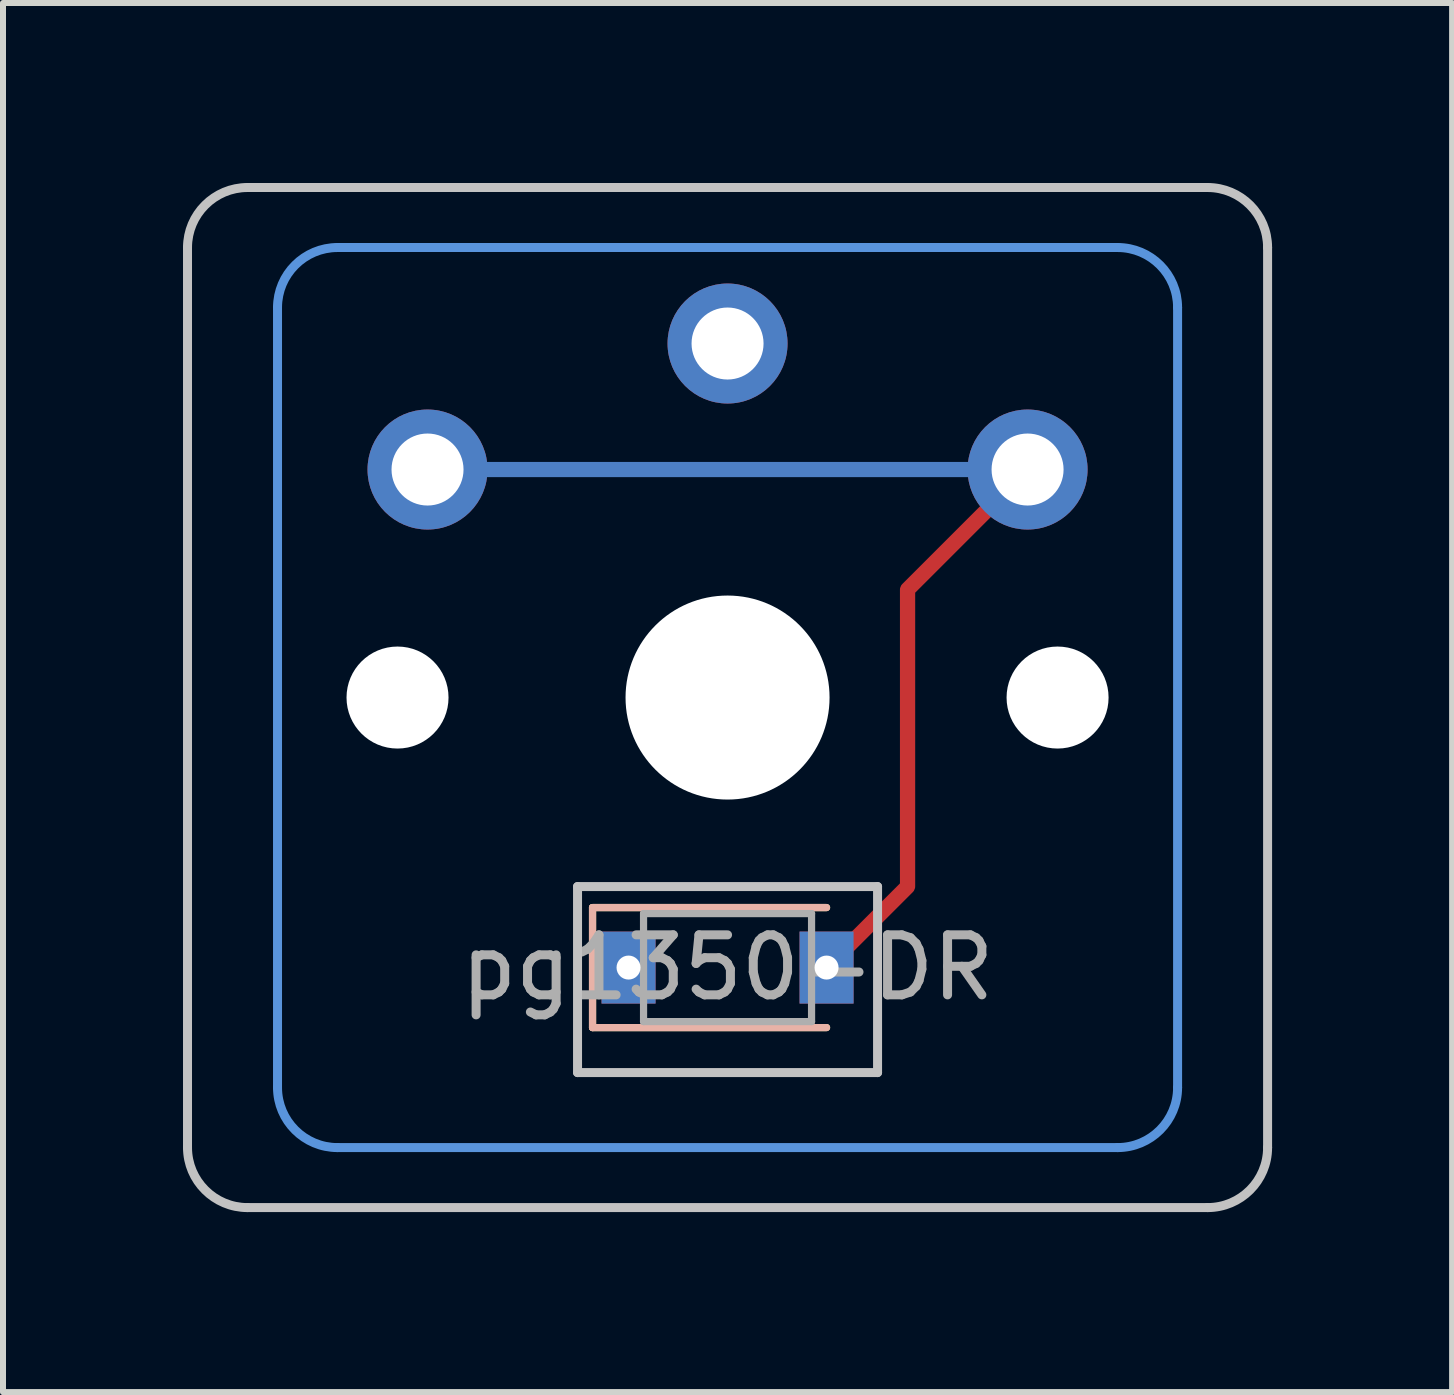
<source format=kicad_pcb>
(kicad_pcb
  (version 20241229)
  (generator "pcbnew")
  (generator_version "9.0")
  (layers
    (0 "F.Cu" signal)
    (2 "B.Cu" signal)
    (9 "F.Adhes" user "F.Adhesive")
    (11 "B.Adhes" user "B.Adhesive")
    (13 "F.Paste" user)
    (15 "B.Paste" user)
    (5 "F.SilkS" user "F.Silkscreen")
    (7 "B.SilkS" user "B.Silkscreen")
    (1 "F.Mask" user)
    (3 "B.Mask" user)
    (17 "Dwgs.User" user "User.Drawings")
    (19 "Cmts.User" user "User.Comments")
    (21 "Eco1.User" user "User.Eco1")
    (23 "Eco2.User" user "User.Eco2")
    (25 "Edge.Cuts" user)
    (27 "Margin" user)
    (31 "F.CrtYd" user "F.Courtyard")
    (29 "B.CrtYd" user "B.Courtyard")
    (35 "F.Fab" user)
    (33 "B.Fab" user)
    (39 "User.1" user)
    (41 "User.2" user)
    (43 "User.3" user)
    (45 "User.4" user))
  (footprint "pg1350-DR"
    (layer "F.Cu")
    (at 9.075 13.075)
    (property "Reference" "pg1350-DR" (at 0 0 0) (layer "F.Fab") (effects (font (size 1 1) (thickness 0.15))))
    (attr through_hole)
    (fp_line (start -2.25 -1) (end -2.25 1) (stroke (width 0.12) (type solid)) (layer "F.SilkS"))
    (fp_line (start -2.25 -1) (end 1.65 -1) (stroke (width 0.12) (type solid)) (layer "F.SilkS"))
    (fp_line (start -2.25 1) (end 1.65 1) (stroke (width 0.12) (type solid)) (layer "F.SilkS"))
    (fp_line (start -2.25 -1) (end -2.25 1) (stroke (width 0.12) (type solid)) (layer "B.SilkS"))
    (fp_line (start -2.25 -1) (end 1.65 -1) (stroke (width 0.12) (type solid)) (layer "B.SilkS"))
    (fp_line (start -2.25 1) (end 1.65 1) (stroke (width 0.12) (type solid)) (layer "B.SilkS"))
    (fp_line (start -9 3) (end -9 -12) (stroke (width 0.15) (type solid)) (layer "Dwgs.User"))
    (fp_line (start -8 -13) (end 8 -13) (stroke (width 0.15) (type solid)) (layer "Dwgs.User"))
    (fp_line (start -2.5 -1.35) (end -2.5 1.75) (stroke (width 0.15) (type solid)) (layer "Dwgs.User"))
    (fp_line (start -2.5 1.75) (end 2.5 1.75) (stroke (width 0.15) (type solid)) (layer "Dwgs.User"))
    (fp_line (start 2.5 -1.35) (end -2.5 -1.35) (stroke (width 0.15) (type solid)) (layer "Dwgs.User"))
    (fp_line (start 2.5 1.75) (end 2.5 -1.35) (stroke (width 0.15) (type solid)) (layer "Dwgs.User"))
    (fp_line (start 8 4) (end -8 4) (stroke (width 0.15) (type solid)) (layer "Dwgs.User"))
    (fp_line (start 9 -12) (end 9 3) (stroke (width 0.15) (type solid)) (layer "Dwgs.User"))
    (fp_arc (start -9 -12) (mid -8.707107 -12.707107) (end -8 -13) (stroke (width 0.15) (type solid)) (layer "Dwgs.User"))
    (fp_arc (start -8 4) (mid -8.707107 3.707107) (end -9 3) (stroke (width 0.15) (type solid)) (layer "Dwgs.User"))
    (fp_arc (start 8 -13) (mid 8.707107 -12.707107) (end 9 -12) (stroke (width 0.15) (type solid)) (layer "Dwgs.User"))
    (fp_arc (start 9 3) (mid 8.707107 3.707107) (end 8 4) (stroke (width 0.15) (type solid)) (layer "Dwgs.User"))
    (fp_line (start -7.5 2) (end -7.5 -11) (stroke (width 0.15) (type solid)) (layer "Cmts.User"))
    (fp_line (start -6.5 -12) (end 6.5 -12) (stroke (width 0.15) (type solid)) (layer "Cmts.User"))
    (fp_line (start 6.5 3) (end -6.5 3) (stroke (width 0.15) (type solid)) (layer "Cmts.User"))
    (fp_line (start 7.5 -11) (end 7.5 2) (stroke (width 0.15) (type solid)) (layer "Cmts.User"))
    (fp_arc (start -7.5 -11) (mid -7.207107 -11.707107) (end -6.5 -12) (stroke (width 0.15) (type solid)) (layer "Cmts.User"))
    (fp_arc (start -6.5 3) (mid -7.207107 2.707107) (end -7.5 2) (stroke (width 0.15) (type solid)) (layer "Cmts.User"))
    (fp_arc (start 6.5 -12) (mid 7.207107 -11.707107) (end 7.5 -11) (stroke (width 0.15) (type solid)) (layer "Cmts.User"))
    (fp_arc (start 7.5 2) (mid 7.207107 2.707107) (end 6.5 3) (stroke (width 0.15) (type solid)) (layer "Cmts.User"))
    (fp_line (start -1.4 -0.9) (end -1.4 0.9) (stroke (width 0.12) (type solid)) (layer "F.Fab"))
    (fp_line (start -1.4 0.9) (end 1.4 0.9) (stroke (width 0.12) (type solid)) (layer "F.Fab"))
    (fp_line (start 1.4 -0.9) (end -1.4 -0.9) (stroke (width 0.12) (type solid)) (layer "F.Fab"))
    (fp_line (start 1.4 0.9) (end 1.4 -0.9) (stroke (width 0.12) (type solid)) (layer "F.Fab"))
    (pad "" np_thru_hole circle (at -5.5 -4.5) (size 1.7 1.7) (drill 1.7) (layers "*.Cu" "*.Mask"))
    (pad "" np_thru_hole circle (at 0 -4.5) (size 3.4 3.4) (drill 3.4) (layers "*.Cu" "*.Mask"))
    (pad "" np_thru_hole circle (at 5.5 -4.5) (size 1.7 1.7) (drill 1.7) (layers "*.Cu" "*.Mask"))
    (pad "1" thru_hole circle (at 0 -10.4) (size 2 2) (drill 1.2) (layers "*.Cu" "*.Mask"))
    (pad "2" thru_hole rect (at -1.65 0) (size 0.9 1.2) (drill 0.4) (layers "*.Cu" "*.Mask"))
    (pad "3" smd custom (at -5 -8.3) (size 0.001 0.001) (layers "B.Cu") (options (anchor circle)) (primitives (gr_line (start 0 0) (end 10 0) (width 0.254))))
    (pad "3" thru_hole circle (at -5 -8.3) (size 2 2) (drill 1.2) (layers "*.Cu" "*.Mask"))
    (pad "3" thru_hole rect (at 1.65 0) (size 0.9 1.2) (drill 0.4) (layers "*.Cu" "*.Mask"))
    (pad "3" smd custom (at 5 -8.3) (size 0.001 0.001) (layers "F.Cu") (options (anchor circle)) (primitives (gr_line (start 0 0) (end -2 2) (width 0.254)) (gr_line (start -2 2) (end -2 6.95) (width 0.254)) (gr_line (start -2 6.95) (end -3.35 8.3) (width 0.254))))
    (pad "3" thru_hole circle (at 5 -8.3) (size 2 2) (drill 1.2) (layers "*.Cu" "*.Mask")))
  (gr_rect
    (start -3 -3)
    (end 21.15 20.15)
    (stroke (width 0.1) (type default))
    (fill no)
    (layer "Edge.Cuts")))
</source>
